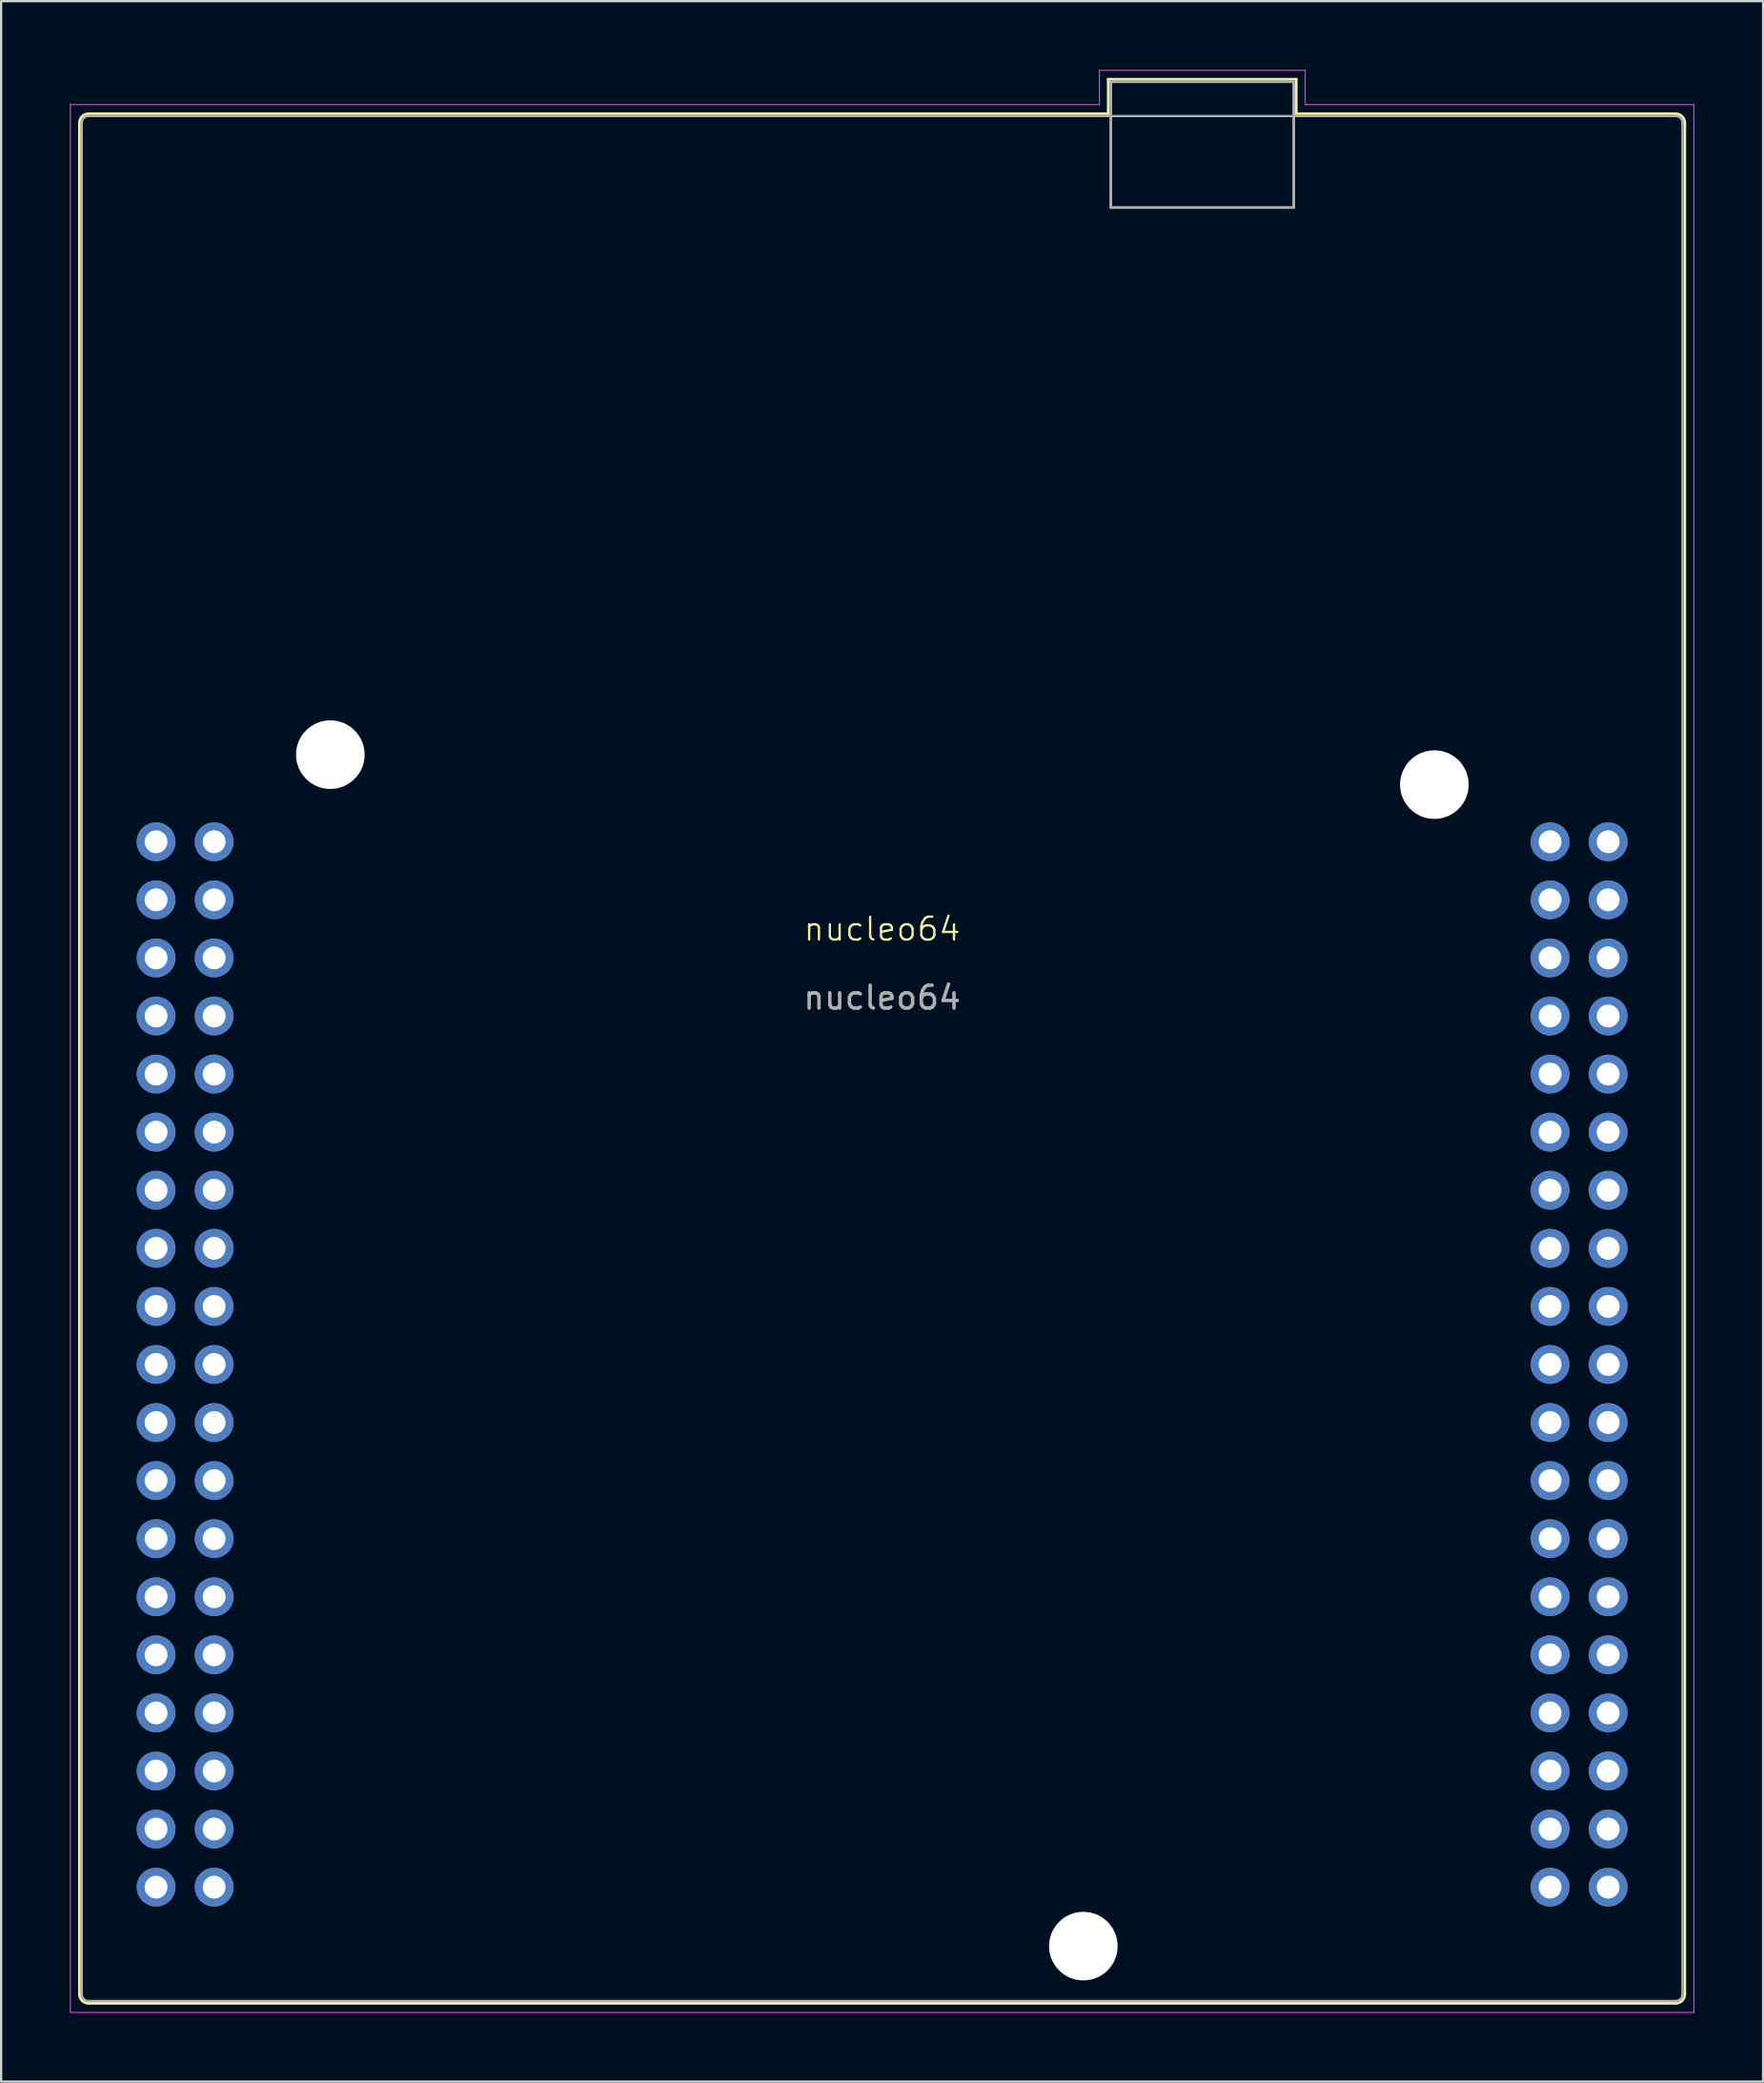
<source format=kicad_pcb>
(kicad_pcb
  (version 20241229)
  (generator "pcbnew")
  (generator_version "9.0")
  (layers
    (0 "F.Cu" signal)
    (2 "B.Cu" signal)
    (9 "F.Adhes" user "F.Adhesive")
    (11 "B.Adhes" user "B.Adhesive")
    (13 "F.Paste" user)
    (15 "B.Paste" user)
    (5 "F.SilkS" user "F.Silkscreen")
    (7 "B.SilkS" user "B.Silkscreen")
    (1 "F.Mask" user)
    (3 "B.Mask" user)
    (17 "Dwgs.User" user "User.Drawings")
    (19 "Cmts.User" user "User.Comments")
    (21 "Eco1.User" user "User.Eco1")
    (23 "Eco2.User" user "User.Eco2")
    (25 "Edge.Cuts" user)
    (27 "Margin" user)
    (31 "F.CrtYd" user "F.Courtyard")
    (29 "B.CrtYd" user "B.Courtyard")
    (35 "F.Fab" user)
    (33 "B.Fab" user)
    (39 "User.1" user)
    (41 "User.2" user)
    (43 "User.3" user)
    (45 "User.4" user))
  (footprint "nucleo64"
    (layer "F.Cu")
    (at 35.525 38.083)
    (property "Reference" "nucleo64" (at 0 -0.5 0) (unlocked yes) (layer "F.SilkS") (effects (font (size 1 1) (thickness 0.1))))
    (attr through_hole)
    (fp_line (start -35.1 -35.758) (end -35.1 46.082) (stroke (width 0.12) (type solid)) (layer "F.SilkS"))
    (fp_line (start 9.89 -37.668) (end 18.11 -37.668) (stroke (width 0.12) (type solid)) (layer "F.SilkS"))
    (fp_line (start 9.89 -36.158) (end -34.7 -36.158) (stroke (width 0.12) (type solid)) (layer "F.SilkS"))
    (fp_line (start 9.89 -36.158) (end 9.89 -37.668) (stroke (width 0.12) (type solid)) (layer "F.SilkS"))
    (fp_line (start 18.11 -37.668) (end 18.11 -36.158) (stroke (width 0.12) (type solid)) (layer "F.SilkS"))
    (fp_line (start 18.11 -36.158) (end 34.7 -36.158) (stroke (width 0.12) (type solid)) (layer "F.SilkS"))
    (fp_line (start 34.7 46.482) (end -34.7 46.482) (stroke (width 0.12) (type solid)) (layer "F.SilkS"))
    (fp_line (start 35.1 46.082) (end 35.1 -35.758) (stroke (width 0.12) (type solid)) (layer "F.SilkS"))
    (fp_arc (start -35.1 -35.758) (mid -34.982843 -36.040843) (end -34.7 -36.158) (stroke (width 0.12) (type solid)) (layer "F.SilkS"))
    (fp_arc (start -34.7 46.482) (mid -34.982843 46.364843) (end -35.1 46.082) (stroke (width 0.12) (type solid)) (layer "F.SilkS"))
    (fp_arc (start 34.7 -36.158) (mid 34.982843 -36.040843) (end 35.1 -35.758) (stroke (width 0.12) (type solid)) (layer "F.SilkS"))
    (fp_arc (start 35.1 46.082) (mid 34.982843 46.364843) (end 34.7 46.482) (stroke (width 0.12) (type solid)) (layer "F.SilkS"))
    (fp_line (start -35.5 -36.558) (end -35.5 46.882) (stroke (width 0.05) (type solid)) (layer "F.CrtYd"))
    (fp_line (start 9.5 -38.058) (end 18.5 -38.058) (stroke (width 0.05) (type solid)) (layer "F.CrtYd"))
    (fp_line (start 9.5 -36.558) (end -35.5 -36.558) (stroke (width 0.05) (type solid)) (layer "F.CrtYd"))
    (fp_line (start 9.5 -36.558) (end 9.5 -38.058) (stroke (width 0.05) (type solid)) (layer "F.CrtYd"))
    (fp_line (start 18.5 -36.558) (end 18.5 -38.058) (stroke (width 0.05) (type solid)) (layer "F.CrtYd"))
    (fp_line (start 18.5 -36.558) (end 35.5 -36.558) (stroke (width 0.05) (type solid)) (layer "F.CrtYd"))
    (fp_line (start 35.5 46.882) (end -35.5 46.882) (stroke (width 0.05) (type solid)) (layer "F.CrtYd"))
    (fp_line (start 35.5 46.882) (end 35.5 -36.558) (stroke (width 0.05) (type solid)) (layer "F.CrtYd"))
    (fp_line (start -35 46.182) (end -35 -35.758) (stroke (width 0.1) (type solid)) (layer "F.Fab"))
    (fp_line (start 10 -37.558) (end 18 -37.558) (stroke (width 0.12) (type solid)) (layer "F.Fab"))
    (fp_line (start 10 -32.058) (end 10 -37.558) (stroke (width 0.12) (type solid)) (layer "F.Fab"))
    (fp_line (start 10 -32.058) (end 18 -32.058) (stroke (width 0.12) (type solid)) (layer "F.Fab"))
    (fp_line (start 18 -37.558) (end 18 -32.058) (stroke (width 0.12) (type solid)) (layer "F.Fab"))
    (fp_line (start 34.7 -36.058) (end -34.7 -36.058) (stroke (width 0.1) (type solid)) (layer "F.Fab"))
    (fp_line (start 34.7 46.382) (end -34.7 46.382) (stroke (width 0.1) (type solid)) (layer "F.Fab"))
    (fp_line (start 35 46.182) (end 35 -35.758) (stroke (width 0.1) (type solid)) (layer "F.Fab"))
    (fp_arc (start -35 -35.758) (mid -34.912132 -35.970132) (end -34.7 -36.058) (stroke (width 0.1) (type solid)) (layer "F.Fab"))
    (fp_arc (start -34.7 46.382) (mid -34.912132 46.294132) (end -35 46.082) (stroke (width 0.1) (type solid)) (layer "F.Fab"))
    (fp_arc (start 34.7 -36.058) (mid 34.912132 -35.970132) (end 35 -35.758) (stroke (width 0.1) (type solid)) (layer "F.Fab"))
    (fp_arc (start 35 46.082) (mid 34.912132 46.294132) (end 34.7 46.382) (stroke (width 0.1) (type solid)) (layer "F.Fab"))
    (fp_text user "${REFERENCE}" (at 0 2.5 0) (unlocked yes) (layer "F.Fab") (effects (font (size 1 1) (thickness 0.15))))
    (pad "" np_thru_hole circle (at -24.13 -8.128) (size 3 3) (drill 3) (layers "*.Cu" "*.Mask"))
    (pad "" np_thru_hole circle (at 8.8 43.982) (size 3 3) (drill 3) (layers "*.Cu" "*.Mask"))
    (pad "" np_thru_hole circle (at 24.15 -6.818) (size 3 3) (drill 3) (layers "*.Cu" "*.Mask"))
    (pad "1" thru_hole circle (at -31.75 -4.318) (size 1.7 1.7) (drill 1) (layers "*.Cu" "*.Mask"))
    (pad "2" thru_hole circle (at -29.21 -4.318) (size 1.7 1.7) (drill 1) (layers "*.Cu" "*.Mask"))
    (pad "3" thru_hole circle (at -31.75 -1.778) (size 1.7 1.7) (drill 1) (layers "*.Cu" "*.Mask"))
    (pad "4" thru_hole circle (at -29.21 -1.778) (size 1.7 1.7) (drill 1) (layers "*.Cu" "*.Mask"))
    (pad "5" thru_hole circle (at -31.75 0.762) (size 1.7 1.7) (drill 1) (layers "*.Cu" "*.Mask"))
    (pad "6" thru_hole circle (at -29.21 0.762) (size 1.7 1.7) (drill 1) (layers "*.Cu" "*.Mask"))
    (pad "7" thru_hole circle (at -31.75 3.302) (size 1.7 1.7) (drill 1) (layers "*.Cu" "*.Mask"))
    (pad "8" thru_hole circle (at -29.21 3.302) (size 1.7 1.7) (drill 1) (layers "*.Cu" "*.Mask"))
    (pad "9" thru_hole circle (at -31.75 5.842) (size 1.7 1.7) (drill 1) (layers "*.Cu" "*.Mask"))
    (pad "10" thru_hole circle (at -29.21 5.842) (size 1.7 1.7) (drill 1) (layers "*.Cu" "*.Mask"))
    (pad "11" thru_hole circle (at -31.75 8.382) (size 1.7 1.7) (drill 1) (layers "*.Cu" "*.Mask"))
    (pad "12" thru_hole circle (at -29.21 8.382) (size 1.7 1.7) (drill 1) (layers "*.Cu" "*.Mask"))
    (pad "13" thru_hole circle (at -31.75 10.922) (size 1.7 1.7) (drill 1) (layers "*.Cu" "*.Mask"))
    (pad "14" thru_hole circle (at -29.21 10.922) (size 1.7 1.7) (drill 1) (layers "*.Cu" "*.Mask"))
    (pad "15" thru_hole circle (at -31.75 13.462) (size 1.7 1.7) (drill 1) (layers "*.Cu" "*.Mask"))
    (pad "16" thru_hole circle (at -29.21 13.462) (size 1.7 1.7) (drill 1) (layers "*.Cu" "*.Mask"))
    (pad "17" thru_hole circle (at -31.75 16.002) (size 1.7 1.7) (drill 1) (layers "*.Cu" "*.Mask"))
    (pad "18" thru_hole circle (at -29.21 16.002) (size 1.7 1.7) (drill 1) (layers "*.Cu" "*.Mask"))
    (pad "19" thru_hole circle (at -31.75 18.542) (size 1.7 1.7) (drill 1) (layers "*.Cu" "*.Mask"))
    (pad "20" thru_hole circle (at -29.21 18.542) (size 1.7 1.7) (drill 1) (layers "*.Cu" "*.Mask"))
    (pad "21" thru_hole circle (at -31.75 21.082) (size 1.7 1.7) (drill 1) (layers "*.Cu" "*.Mask"))
    (pad "22" thru_hole circle (at -29.21 21.082) (size 1.7 1.7) (drill 1) (layers "*.Cu" "*.Mask"))
    (pad "23" thru_hole circle (at -31.75 23.622) (size 1.7 1.7) (drill 1) (layers "*.Cu" "*.Mask"))
    (pad "24" thru_hole circle (at -29.21 23.622) (size 1.7 1.7) (drill 1) (layers "*.Cu" "*.Mask"))
    (pad "25" thru_hole circle (at -31.75 26.162) (size 1.7 1.7) (drill 1) (layers "*.Cu" "*.Mask"))
    (pad "26" thru_hole circle (at -29.21 26.162) (size 1.7 1.7) (drill 1) (layers "*.Cu" "*.Mask"))
    (pad "27" thru_hole circle (at -31.75 28.702) (size 1.7 1.7) (drill 1) (layers "*.Cu" "*.Mask"))
    (pad "28" thru_hole circle (at -29.21 28.702) (size 1.7 1.7) (drill 1) (layers "*.Cu" "*.Mask"))
    (pad "29" thru_hole circle (at -31.75 31.242) (size 1.7 1.7) (drill 1) (layers "*.Cu" "*.Mask"))
    (pad "30" thru_hole circle (at -29.21 31.242) (size 1.7 1.7) (drill 1) (layers "*.Cu" "*.Mask"))
    (pad "31" thru_hole circle (at -31.75 33.782) (size 1.7 1.7) (drill 1) (layers "*.Cu" "*.Mask"))
    (pad "32" thru_hole circle (at -29.21 33.782) (size 1.7 1.7) (drill 1) (layers "*.Cu" "*.Mask"))
    (pad "33" thru_hole circle (at -31.75 36.322) (size 1.7 1.7) (drill 1) (layers "*.Cu" "*.Mask"))
    (pad "34" thru_hole circle (at -29.21 36.322) (size 1.7 1.7) (drill 1) (layers "*.Cu" "*.Mask"))
    (pad "35" thru_hole circle (at -31.75 38.862) (size 1.7 1.7) (drill 1) (layers "*.Cu" "*.Mask"))
    (pad "36" thru_hole circle (at -29.21 38.862) (size 1.7 1.7) (drill 1) (layers "*.Cu" "*.Mask"))
    (pad "37" thru_hole circle (at -31.75 41.402) (size 1.7 1.7) (drill 1) (layers "*.Cu" "*.Mask"))
    (pad "38" thru_hole circle (at -29.21 41.402) (size 1.7 1.7) (drill 1) (layers "*.Cu" "*.Mask"))
    (pad "39" thru_hole circle (at 29.21 -4.318) (size 1.7 1.7) (drill 1) (layers "*.Cu" "*.Mask"))
    (pad "40" thru_hole circle (at 31.75 -4.318) (size 1.7 1.7) (drill 1) (layers "*.Cu" "*.Mask"))
    (pad "41" thru_hole circle (at 29.21 -1.778) (size 1.7 1.7) (drill 1) (layers "*.Cu" "*.Mask"))
    (pad "42" thru_hole circle (at 31.75 -1.778) (size 1.7 1.7) (drill 1) (layers "*.Cu" "*.Mask"))
    (pad "43" thru_hole circle (at 29.21 0.762) (size 1.7 1.7) (drill 1) (layers "*.Cu" "*.Mask"))
    (pad "44" thru_hole circle (at 31.75 0.762) (size 1.7 1.7) (drill 1) (layers "*.Cu" "*.Mask"))
    (pad "45" thru_hole circle (at 29.21 3.302) (size 1.7 1.7) (drill 1) (layers "*.Cu" "*.Mask"))
    (pad "46" thru_hole circle (at 31.75 3.302) (size 1.7 1.7) (drill 1) (layers "*.Cu" "*.Mask"))
    (pad "47" thru_hole circle (at 29.21 5.842) (size 1.7 1.7) (drill 1) (layers "*.Cu" "*.Mask"))
    (pad "48" thru_hole circle (at 31.75 5.842) (size 1.7 1.7) (drill 1) (layers "*.Cu" "*.Mask"))
    (pad "49" thru_hole circle (at 29.21 8.382) (size 1.7 1.7) (drill 1) (layers "*.Cu" "*.Mask"))
    (pad "50" thru_hole circle (at 31.75 8.382) (size 1.7 1.7) (drill 1) (layers "*.Cu" "*.Mask"))
    (pad "51" thru_hole circle (at 29.21 10.922) (size 1.7 1.7) (drill 1) (layers "*.Cu" "*.Mask"))
    (pad "52" thru_hole circle (at 31.75 10.922) (size 1.7 1.7) (drill 1) (layers "*.Cu" "*.Mask"))
    (pad "53" thru_hole circle (at 29.21 13.462) (size 1.7 1.7) (drill 1) (layers "*.Cu" "*.Mask"))
    (pad "54" thru_hole circle (at 31.75 13.462) (size 1.7 1.7) (drill 1) (layers "*.Cu" "*.Mask"))
    (pad "55" thru_hole circle (at 29.21 16.002) (size 1.7 1.7) (drill 1) (layers "*.Cu" "*.Mask"))
    (pad "56" thru_hole circle (at 31.75 16.002) (size 1.7 1.7) (drill 1) (layers "*.Cu" "*.Mask"))
    (pad "57" thru_hole circle (at 29.21 18.542) (size 1.7 1.7) (drill 1) (layers "*.Cu" "*.Mask"))
    (pad "58" thru_hole circle (at 31.75 18.542) (size 1.7 1.7) (drill 1) (layers "*.Cu" "*.Mask"))
    (pad "59" thru_hole circle (at 29.21 21.082) (size 1.7 1.7) (drill 1) (layers "*.Cu" "*.Mask"))
    (pad "60" thru_hole circle (at 31.75 21.082) (size 1.7 1.7) (drill 1) (layers "*.Cu" "*.Mask"))
    (pad "61" thru_hole circle (at 29.21 23.622) (size 1.7 1.7) (drill 1) (layers "*.Cu" "*.Mask"))
    (pad "62" thru_hole circle (at 31.75 23.622) (size 1.7 1.7) (drill 1) (layers "*.Cu" "*.Mask"))
    (pad "63" thru_hole circle (at 29.21 26.162) (size 1.7 1.7) (drill 1) (layers "*.Cu" "*.Mask"))
    (pad "64" thru_hole circle (at 31.75 26.162) (size 1.7 1.7) (drill 1) (layers "*.Cu" "*.Mask"))
    (pad "65" thru_hole circle (at 29.21 28.702) (size 1.7 1.7) (drill 1) (layers "*.Cu" "*.Mask"))
    (pad "66" thru_hole circle (at 31.75 28.702) (size 1.7 1.7) (drill 1) (layers "*.Cu" "*.Mask"))
    (pad "67" thru_hole circle (at 29.21 31.242) (size 1.7 1.7) (drill 1) (layers "*.Cu" "*.Mask"))
    (pad "68" thru_hole circle (at 31.75 31.242) (size 1.7 1.7) (drill 1) (layers "*.Cu" "*.Mask"))
    (pad "69" thru_hole circle (at 29.21 33.782) (size 1.7 1.7) (drill 1) (layers "*.Cu" "*.Mask"))
    (pad "70" thru_hole circle (at 31.75 33.782) (size 1.7 1.7) (drill 1) (layers "*.Cu" "*.Mask"))
    (pad "71" thru_hole circle (at 29.21 36.322) (size 1.7 1.7) (drill 1) (layers "*.Cu" "*.Mask"))
    (pad "72" thru_hole circle (at 31.75 36.322) (size 1.7 1.7) (drill 1) (layers "*.Cu" "*.Mask"))
    (pad "73" thru_hole circle (at 29.21 38.862) (size 1.7 1.7) (drill 1) (layers "*.Cu" "*.Mask"))
    (pad "74" thru_hole circle (at 31.75 38.862) (size 1.7 1.7) (drill 1) (layers "*.Cu" "*.Mask"))
    (pad "75" thru_hole circle (at 29.21 41.402) (size 1.7 1.7) (drill 1) (layers "*.Cu" "*.Mask"))
    (pad "76" thru_hole circle (at 31.75 41.402) (size 1.7 1.7) (drill 1) (layers "*.Cu" "*.Mask")))
  (gr_rect
    (start -3 -3)
    (end 74.05 87.99)
    (stroke (width 0.1) (type default))
    (fill no)
    (layer "Edge.Cuts")))
</source>
